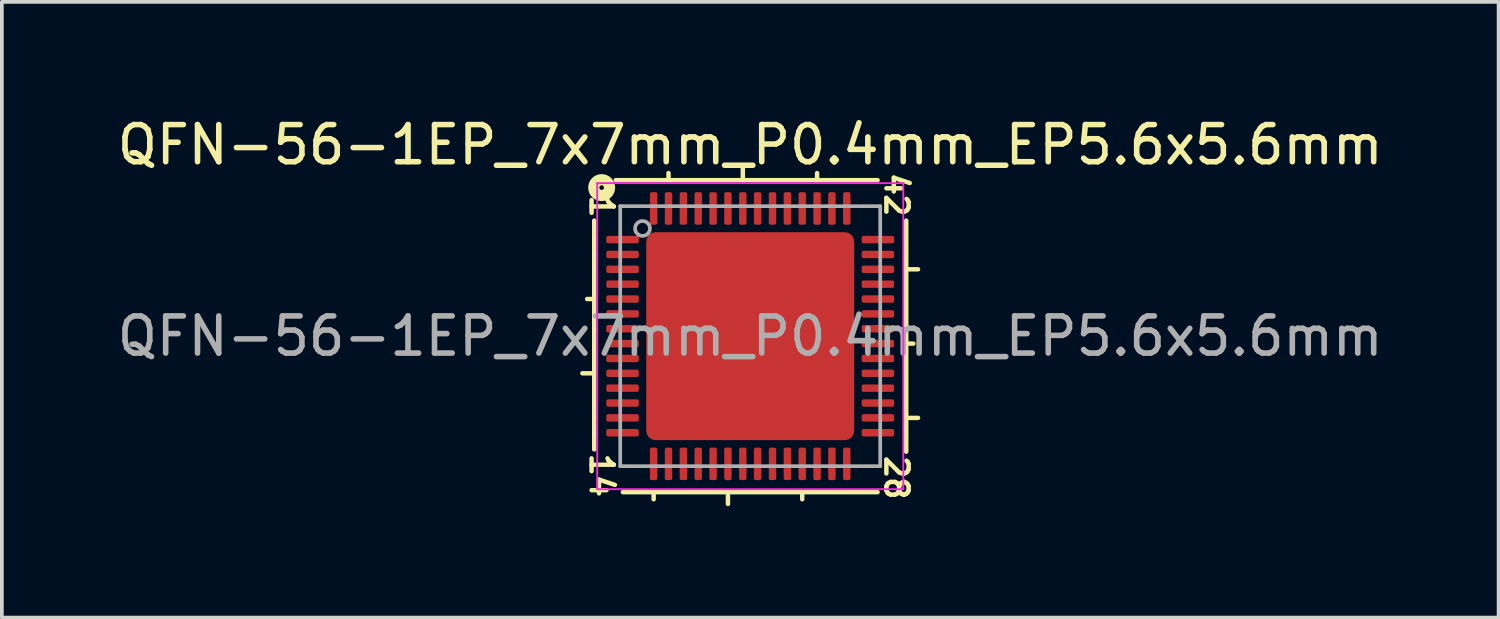
<source format=kicad_pcb>
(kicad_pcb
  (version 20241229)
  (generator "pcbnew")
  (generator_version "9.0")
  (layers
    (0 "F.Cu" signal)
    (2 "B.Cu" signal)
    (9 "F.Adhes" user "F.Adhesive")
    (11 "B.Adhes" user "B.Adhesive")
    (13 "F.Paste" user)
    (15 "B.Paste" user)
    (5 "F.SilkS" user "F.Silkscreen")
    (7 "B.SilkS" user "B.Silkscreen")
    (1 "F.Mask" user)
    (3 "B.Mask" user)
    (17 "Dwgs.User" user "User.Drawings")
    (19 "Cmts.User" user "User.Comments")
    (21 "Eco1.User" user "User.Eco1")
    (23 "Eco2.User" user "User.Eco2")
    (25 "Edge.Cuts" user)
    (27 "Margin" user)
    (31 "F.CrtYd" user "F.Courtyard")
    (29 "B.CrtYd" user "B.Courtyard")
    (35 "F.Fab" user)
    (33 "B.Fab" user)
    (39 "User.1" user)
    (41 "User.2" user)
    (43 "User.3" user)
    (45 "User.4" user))
  (footprint "QFN-56-1EP_7x7mm_P0.4mm_EP5.6x5.6mm"
    (layer "F.Cu")
    (at 17.149 6.001)
    (property "Reference" "QFN-56-1EP_7x7mm_P0.4mm_EP5.6x5.6mm" (at 0 -5.152 0) (layer "F.SilkS") (effects (font (size 1 1) (thickness 0.15))))
    (attr smd)
    (fp_line (start -4.2 -3.111) (end -4.2 3.048) (stroke (width 0.12) (type solid)) (layer "F.SilkS"))
    (fp_line (start -4.2 -1) (end -4.391 -1) (stroke (width 0.12) (type solid)) (layer "F.SilkS"))
    (fp_line (start -4.2 1) (end -4.518 1) (stroke (width 0.12) (type solid)) (layer "F.SilkS"))
    (fp_line (start -3.429 4.2) (end 3.429 4.2) (stroke (width 0.12) (type solid)) (layer "F.SilkS"))
    (fp_line (start -2.6 4.2) (end -2.6 4.391) (stroke (width 0.12) (type solid)) (layer "F.SilkS"))
    (fp_line (start -2.2 -4.2) (end -2.2 -4.391) (stroke (width 0.12) (type solid)) (layer "F.SilkS"))
    (fp_line (start -0.6 4.2) (end -0.6 4.518) (stroke (width 0.12) (type solid)) (layer "F.SilkS"))
    (fp_line (start -0.2 -4.2) (end -0.2 -4.518) (stroke (width 0.12) (type solid)) (layer "F.SilkS"))
    (fp_line (start 1.4 4.2) (end 1.4 4.391) (stroke (width 0.12) (type solid)) (layer "F.SilkS"))
    (fp_line (start 1.8 -4.2) (end 1.8 -4.391) (stroke (width 0.12) (type solid)) (layer "F.SilkS"))
    (fp_line (start 3.429 -4.2) (end -3.619 -4.2) (stroke (width 0.12) (type solid)) (layer "F.SilkS"))
    (fp_line (start 4.2 -1.8) (end 4.518 -1.8) (stroke (width 0.12) (type solid)) (layer "F.SilkS"))
    (fp_line (start 4.2 0.2) (end 4.391 0.2) (stroke (width 0.12) (type solid)) (layer "F.SilkS"))
    (fp_line (start 4.2 2.2) (end 4.518 2.2) (stroke (width 0.12) (type solid)) (layer "F.SilkS"))
    (fp_line (start 4.2 3.111) (end 4.2 -3.111) (stroke (width 0.12) (type solid)) (layer "F.SilkS"))
    (fp_circle (center -4 -4) (end -3.937 -4) (stroke (width 0.3) (type solid)) (fill no) (layer "F.SilkS"))
    (fp_line (start -4.12 -4.12) (end -4.12 4.12) (stroke (width 0.05) (type solid)) (layer "F.CrtYd"))
    (fp_line (start -4.12 4.12) (end 4.12 4.12) (stroke (width 0.05) (type solid)) (layer "F.CrtYd"))
    (fp_line (start 4.12 -4.12) (end -4.12 -4.12) (stroke (width 0.05) (type solid)) (layer "F.CrtYd"))
    (fp_line (start 4.12 4.12) (end 4.12 -4.12) (stroke (width 0.05) (type solid)) (layer "F.CrtYd"))
    (fp_line (start -3.5 -3.5) (end 3.5 -3.5) (stroke (width 0.1) (type solid)) (layer "F.Fab"))
    (fp_line (start -3.5 3.5) (end -3.5 -3.5) (stroke (width 0.1) (type solid)) (layer "F.Fab"))
    (fp_line (start 3.5 -3.5) (end 3.5 3.5) (stroke (width 0.1) (type solid)) (layer "F.Fab"))
    (fp_line (start 3.5 3.5) (end -3.5 3.5) (stroke (width 0.1) (type solid)) (layer "F.Fab"))
    (fp_circle (center -2.9 -2.9) (end -2.7 -2.9) (stroke (width 0.1) (type solid)) (fill no) (layer "F.Fab"))
    (fp_text user "14" (at -4 3.747 270) (unlocked yes) (layer "F.SilkS") (effects (font (size 0.6 0.6) (thickness 0.12))))
    (fp_text user "42" (at 3.937 -3.81 270) (unlocked yes) (layer "F.SilkS") (effects (font (size 0.6 0.6) (thickness 0.12))))
    (fp_text user "1" (at -4 -3.493 270) (unlocked yes) (layer "F.SilkS") (effects (font (size 0.6 0.6) (thickness 0.12))))
    (fp_text user "28" (at 3.937 3.81 270) (unlocked yes) (layer "F.SilkS") (effects (font (size 0.6 0.6) (thickness 0.12))))
    (fp_text user "${REFERENCE}" (at 0 0 0) (layer "F.Fab") (effects (font (size 1 1) (thickness 0.15))))
    (pad "" smd roundrect (at -2.1 -2.1) (size 1.13 1.13) (layers "F.Paste") (roundrect_rratio 0.221))
    (pad "" smd roundrect (at -2.1 -0.7) (size 1.13 1.13) (layers "F.Paste") (roundrect_rratio 0.221))
    (pad "" smd roundrect (at -2.1 0.7) (size 1.13 1.13) (layers "F.Paste") (roundrect_rratio 0.221))
    (pad "" smd roundrect (at -2.1 2.1) (size 1.13 1.13) (layers "F.Paste") (roundrect_rratio 0.221))
    (pad "" smd roundrect (at -0.7 -2.1) (size 1.13 1.13) (layers "F.Paste") (roundrect_rratio 0.221))
    (pad "" smd roundrect (at -0.7 -0.7) (size 1.13 1.13) (layers "F.Paste") (roundrect_rratio 0.221))
    (pad "" smd roundrect (at -0.7 0.7) (size 1.13 1.13) (layers "F.Paste") (roundrect_rratio 0.221))
    (pad "" smd roundrect (at -0.7 2.1) (size 1.13 1.13) (layers "F.Paste") (roundrect_rratio 0.221))
    (pad "" smd roundrect (at 0.7 -2.1) (size 1.13 1.13) (layers "F.Paste") (roundrect_rratio 0.221))
    (pad "" smd roundrect (at 0.7 -0.7) (size 1.13 1.13) (layers "F.Paste") (roundrect_rratio 0.221))
    (pad "" smd roundrect (at 0.7 0.7) (size 1.13 1.13) (layers "F.Paste") (roundrect_rratio 0.221))
    (pad "" smd roundrect (at 0.7 2.1) (size 1.13 1.13) (layers "F.Paste") (roundrect_rratio 0.221))
    (pad "" smd roundrect (at 2.1 -2.1) (size 1.13 1.13) (layers "F.Paste") (roundrect_rratio 0.221))
    (pad "" smd roundrect (at 2.1 -0.7) (size 1.13 1.13) (layers "F.Paste") (roundrect_rratio 0.221))
    (pad "" smd roundrect (at 2.1 0.7) (size 1.13 1.13) (layers "F.Paste") (roundrect_rratio 0.221))
    (pad "" smd roundrect (at 2.1 2.1) (size 1.13 1.13) (layers "F.Paste") (roundrect_rratio 0.221))
    (pad "1" smd roundrect (at -3.438 -2.6) (size 0.875 0.2) (layers "F.Cu" "F.Mask" "F.Paste") (roundrect_rratio 0.25))
    (pad "2" smd roundrect (at -3.438 -2.2) (size 0.875 0.2) (layers "F.Cu" "F.Mask" "F.Paste") (roundrect_rratio 0.25))
    (pad "3" smd roundrect (at -3.438 -1.8) (size 0.875 0.2) (layers "F.Cu" "F.Mask" "F.Paste") (roundrect_rratio 0.25))
    (pad "4" smd roundrect (at -3.438 -1.4) (size 0.875 0.2) (layers "F.Cu" "F.Mask" "F.Paste") (roundrect_rratio 0.25))
    (pad "5" smd roundrect (at -3.438 -1) (size 0.875 0.2) (layers "F.Cu" "F.Mask" "F.Paste") (roundrect_rratio 0.25))
    (pad "6" smd roundrect (at -3.438 -0.6) (size 0.875 0.2) (layers "F.Cu" "F.Mask" "F.Paste") (roundrect_rratio 0.25))
    (pad "7" smd roundrect (at -3.438 -0.2) (size 0.875 0.2) (layers "F.Cu" "F.Mask" "F.Paste") (roundrect_rratio 0.25))
    (pad "8" smd roundrect (at -3.438 0.2) (size 0.875 0.2) (layers "F.Cu" "F.Mask" "F.Paste") (roundrect_rratio 0.25))
    (pad "9" smd roundrect (at -3.438 0.6) (size 0.875 0.2) (layers "F.Cu" "F.Mask" "F.Paste") (roundrect_rratio 0.25))
    (pad "10" smd roundrect (at -3.438 1) (size 0.875 0.2) (layers "F.Cu" "F.Mask" "F.Paste") (roundrect_rratio 0.25))
    (pad "11" smd roundrect (at -3.438 1.4) (size 0.875 0.2) (layers "F.Cu" "F.Mask" "F.Paste") (roundrect_rratio 0.25))
    (pad "12" smd roundrect (at -3.438 1.8) (size 0.875 0.2) (layers "F.Cu" "F.Mask" "F.Paste") (roundrect_rratio 0.25))
    (pad "13" smd roundrect (at -3.438 2.2) (size 0.875 0.2) (layers "F.Cu" "F.Mask" "F.Paste") (roundrect_rratio 0.25))
    (pad "14" smd roundrect (at -3.438 2.6) (size 0.875 0.2) (layers "F.Cu" "F.Mask" "F.Paste") (roundrect_rratio 0.25))
    (pad "15" smd roundrect (at -2.6 3.438) (size 0.2 0.875) (layers "F.Cu" "F.Mask" "F.Paste") (roundrect_rratio 0.25))
    (pad "16" smd roundrect (at -2.2 3.438) (size 0.2 0.875) (layers "F.Cu" "F.Mask" "F.Paste") (roundrect_rratio 0.25))
    (pad "17" smd roundrect (at -1.8 3.438) (size 0.2 0.875) (layers "F.Cu" "F.Mask" "F.Paste") (roundrect_rratio 0.25))
    (pad "18" smd roundrect (at -1.4 3.438) (size 0.2 0.875) (layers "F.Cu" "F.Mask" "F.Paste") (roundrect_rratio 0.25))
    (pad "19" smd roundrect (at -1 3.438) (size 0.2 0.875) (layers "F.Cu" "F.Mask" "F.Paste") (roundrect_rratio 0.25))
    (pad "20" smd roundrect (at -0.6 3.438) (size 0.2 0.875) (layers "F.Cu" "F.Mask" "F.Paste") (roundrect_rratio 0.25))
    (pad "21" smd roundrect (at -0.2 3.438) (size 0.2 0.875) (layers "F.Cu" "F.Mask" "F.Paste") (roundrect_rratio 0.25))
    (pad "22" smd roundrect (at 0.2 3.438) (size 0.2 0.875) (layers "F.Cu" "F.Mask" "F.Paste") (roundrect_rratio 0.25))
    (pad "23" smd roundrect (at 0.6 3.438) (size 0.2 0.875) (layers "F.Cu" "F.Mask" "F.Paste") (roundrect_rratio 0.25))
    (pad "24" smd roundrect (at 1 3.438) (size 0.2 0.875) (layers "F.Cu" "F.Mask" "F.Paste") (roundrect_rratio 0.25))
    (pad "25" smd roundrect (at 1.4 3.438) (size 0.2 0.875) (layers "F.Cu" "F.Mask" "F.Paste") (roundrect_rratio 0.25))
    (pad "26" smd roundrect (at 1.8 3.438) (size 0.2 0.875) (layers "F.Cu" "F.Mask" "F.Paste") (roundrect_rratio 0.25))
    (pad "27" smd roundrect (at 2.2 3.438) (size 0.2 0.875) (layers "F.Cu" "F.Mask" "F.Paste") (roundrect_rratio 0.25))
    (pad "28" smd roundrect (at 2.6 3.438) (size 0.2 0.875) (layers "F.Cu" "F.Mask" "F.Paste") (roundrect_rratio 0.25))
    (pad "29" smd roundrect (at 3.438 2.6) (size 0.875 0.2) (layers "F.Cu" "F.Mask" "F.Paste") (roundrect_rratio 0.25))
    (pad "30" smd roundrect (at 3.438 2.2) (size 0.875 0.2) (layers "F.Cu" "F.Mask" "F.Paste") (roundrect_rratio 0.25))
    (pad "31" smd roundrect (at 3.438 1.8) (size 0.875 0.2) (layers "F.Cu" "F.Mask" "F.Paste") (roundrect_rratio 0.25))
    (pad "32" smd roundrect (at 3.438 1.4) (size 0.875 0.2) (layers "F.Cu" "F.Mask" "F.Paste") (roundrect_rratio 0.25))
    (pad "33" smd roundrect (at 3.438 1) (size 0.875 0.2) (layers "F.Cu" "F.Mask" "F.Paste") (roundrect_rratio 0.25))
    (pad "34" smd roundrect (at 3.438 0.6) (size 0.875 0.2) (layers "F.Cu" "F.Mask" "F.Paste") (roundrect_rratio 0.25))
    (pad "35" smd roundrect (at 3.438 0.2) (size 0.875 0.2) (layers "F.Cu" "F.Mask" "F.Paste") (roundrect_rratio 0.25))
    (pad "36" smd roundrect (at 3.438 -0.2) (size 0.875 0.2) (layers "F.Cu" "F.Mask" "F.Paste") (roundrect_rratio 0.25))
    (pad "37" smd roundrect (at 3.438 -0.6) (size 0.875 0.2) (layers "F.Cu" "F.Mask" "F.Paste") (roundrect_rratio 0.25))
    (pad "38" smd roundrect (at 3.438 -1) (size 0.875 0.2) (layers "F.Cu" "F.Mask" "F.Paste") (roundrect_rratio 0.25))
    (pad "39" smd roundrect (at 3.438 -1.4) (size 0.875 0.2) (layers "F.Cu" "F.Mask" "F.Paste") (roundrect_rratio 0.25))
    (pad "40" smd roundrect (at 3.438 -1.8) (size 0.875 0.2) (layers "F.Cu" "F.Mask" "F.Paste") (roundrect_rratio 0.25))
    (pad "41" smd roundrect (at 3.438 -2.2) (size 0.875 0.2) (layers "F.Cu" "F.Mask" "F.Paste") (roundrect_rratio 0.25))
    (pad "42" smd roundrect (at 3.438 -2.6) (size 0.875 0.2) (layers "F.Cu" "F.Mask" "F.Paste") (roundrect_rratio 0.25))
    (pad "43" smd roundrect (at 2.6 -3.438) (size 0.2 0.875) (layers "F.Cu" "F.Mask" "F.Paste") (roundrect_rratio 0.25))
    (pad "44" smd roundrect (at 2.2 -3.438) (size 0.2 0.875) (layers "F.Cu" "F.Mask" "F.Paste") (roundrect_rratio 0.25))
    (pad "45" smd roundrect (at 1.8 -3.438) (size 0.2 0.875) (layers "F.Cu" "F.Mask" "F.Paste") (roundrect_rratio 0.25))
    (pad "46" smd roundrect (at 1.4 -3.438) (size 0.2 0.875) (layers "F.Cu" "F.Mask" "F.Paste") (roundrect_rratio 0.25))
    (pad "47" smd roundrect (at 1 -3.438) (size 0.2 0.875) (layers "F.Cu" "F.Mask" "F.Paste") (roundrect_rratio 0.25))
    (pad "48" smd roundrect (at 0.6 -3.438) (size 0.2 0.875) (layers "F.Cu" "F.Mask" "F.Paste") (roundrect_rratio 0.25))
    (pad "49" smd roundrect (at 0.2 -3.438) (size 0.2 0.875) (layers "F.Cu" "F.Mask" "F.Paste") (roundrect_rratio 0.25))
    (pad "50" smd roundrect (at -0.2 -3.438) (size 0.2 0.875) (layers "F.Cu" "F.Mask" "F.Paste") (roundrect_rratio 0.25))
    (pad "51" smd roundrect (at -0.6 -3.438) (size 0.2 0.875) (layers "F.Cu" "F.Mask" "F.Paste") (roundrect_rratio 0.25))
    (pad "52" smd roundrect (at -1 -3.438) (size 0.2 0.875) (layers "F.Cu" "F.Mask" "F.Paste") (roundrect_rratio 0.25))
    (pad "53" smd roundrect (at -1.4 -3.438) (size 0.2 0.875) (layers "F.Cu" "F.Mask" "F.Paste") (roundrect_rratio 0.25))
    (pad "54" smd roundrect (at -1.8 -3.438) (size 0.2 0.875) (layers "F.Cu" "F.Mask" "F.Paste") (roundrect_rratio 0.25))
    (pad "55" smd roundrect (at -2.2 -3.438) (size 0.2 0.875) (layers "F.Cu" "F.Mask" "F.Paste") (roundrect_rratio 0.25))
    (pad "56" smd roundrect (at -2.6 -3.438) (size 0.2 0.875) (layers "F.Cu" "F.Mask" "F.Paste") (roundrect_rratio 0.25))
    (pad "57" smd roundrect (at 0 0) (size 5.6 5.6) (layers "F.Cu" "F.Mask") (roundrect_rratio 0.045)))
  (gr_rect
    (start -3 -3)
    (end 37.298 13.578)
    (stroke (width 0.1) (type default))
    (fill no)
    (layer "Edge.Cuts")))
</source>
